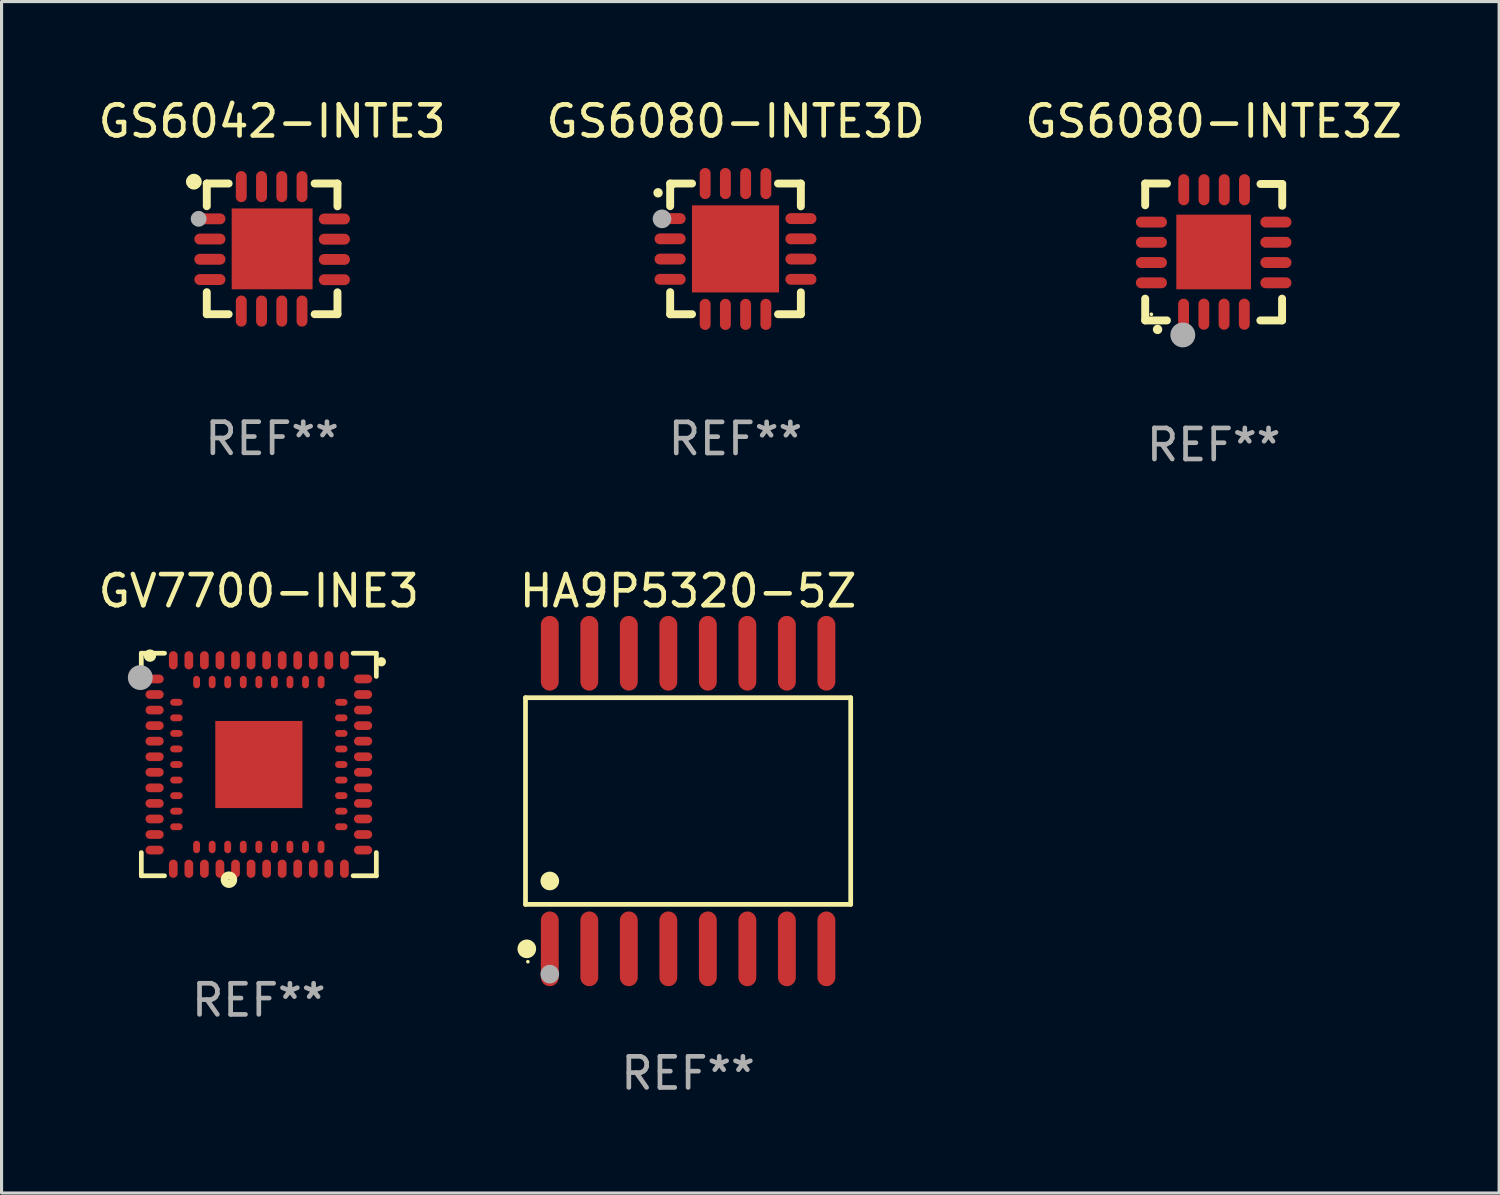
<source format=kicad_pcb>
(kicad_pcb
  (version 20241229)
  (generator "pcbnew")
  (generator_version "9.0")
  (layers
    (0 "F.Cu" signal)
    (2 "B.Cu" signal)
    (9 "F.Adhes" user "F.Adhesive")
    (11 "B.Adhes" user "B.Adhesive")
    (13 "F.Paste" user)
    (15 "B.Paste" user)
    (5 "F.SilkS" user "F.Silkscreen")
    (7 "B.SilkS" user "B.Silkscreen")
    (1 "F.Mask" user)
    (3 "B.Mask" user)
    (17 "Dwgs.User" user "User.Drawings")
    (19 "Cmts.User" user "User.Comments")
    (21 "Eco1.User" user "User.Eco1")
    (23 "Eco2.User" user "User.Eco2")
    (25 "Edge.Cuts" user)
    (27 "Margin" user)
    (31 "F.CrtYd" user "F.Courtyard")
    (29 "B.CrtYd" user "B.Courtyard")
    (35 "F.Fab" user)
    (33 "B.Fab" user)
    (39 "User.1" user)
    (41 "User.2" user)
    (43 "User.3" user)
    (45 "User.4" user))
  (footprint "GS6042-INTE3"
    (layer "F.Cu")
    (at 5.696 4.948)
    (property "Reference" "GS6042-INTE3" (at 0 -4.1 0) (layer "F.SilkS") (effects (font (size 1 1) (thickness 0.15))))
    (attr through_hole)
    (fp_line (start -2.1 -2.1) (end -2.1 -1.371) (stroke (width 0.254) (type solid)) (layer "F.SilkS"))
    (fp_line (start -2.1 -2.1) (end -1.397 -2.1) (stroke (width 0.254) (type solid)) (layer "F.SilkS"))
    (fp_line (start -2.1 1.392) (end -2.1 2.1) (stroke (width 0.254) (type solid)) (layer "F.SilkS"))
    (fp_line (start -2.1 2.1) (end -1.397 2.1) (stroke (width 0.254) (type solid)) (layer "F.SilkS"))
    (fp_line (start 1.366 -2.1) (end 2.1 -2.1) (stroke (width 0.254) (type solid)) (layer "F.SilkS"))
    (fp_line (start 1.366 2.1) (end 2.1 2.1) (stroke (width 0.254) (type solid)) (layer "F.SilkS"))
    (fp_line (start 2.1 -2.1) (end 2.1 -1.366) (stroke (width 0.254) (type solid)) (layer "F.SilkS"))
    (fp_line (start 2.1 1.397) (end 2.1 2.1) (stroke (width 0.254) (type solid)) (layer "F.SilkS"))
    (fp_circle (center -2.515 -2.159) (end -2.388 -2.159) (stroke (width 0.254) (type solid)) (fill no) (layer "F.SilkS"))
    (fp_circle (center -2.045 -1.97) (end -2.015 -1.97) (stroke (width 0.06) (type solid)) (fill no) (layer "F.SilkS"))
    (fp_circle (center -2.362 -0.965) (end -2.235 -0.965) (stroke (width 0.254) (type solid)) (fill no) (layer "F.Fab"))
    (fp_text user "REF**" (at 0 6.1 0) (layer "F.Fab") (effects (font (size 1 1) (thickness 0.15))))
    (pad "1" smd oval (at -2 -0.965 270) (size 0.35 1) (layers "F.Cu" "F.Mask" "F.Paste"))
    (pad "2" smd oval (at -2 -0.315 270) (size 0.35 1) (layers "F.Cu" "F.Mask" "F.Paste"))
    (pad "3" smd oval (at -2 0.335 270) (size 0.35 1) (layers "F.Cu" "F.Mask" "F.Paste"))
    (pad "4" smd oval (at -2 0.986 270) (size 0.35 1) (layers "F.Cu" "F.Mask" "F.Paste"))
    (pad "5" smd oval (at -0.991 2) (size 0.35 1) (layers "F.Cu" "F.Mask" "F.Paste"))
    (pad "6" smd oval (at -0.34 2) (size 0.35 1) (layers "F.Cu" "F.Mask" "F.Paste"))
    (pad "7" smd oval (at 0.31 2) (size 0.35 1) (layers "F.Cu" "F.Mask" "F.Paste"))
    (pad "8" smd oval (at 0.96 2) (size 0.35 1) (layers "F.Cu" "F.Mask" "F.Paste"))
    (pad "9" smd oval (at 2 0.991 270) (size 0.35 1) (layers "F.Cu" "F.Mask" "F.Paste"))
    (pad "10" smd oval (at 2 0.34 270) (size 0.35 1) (layers "F.Cu" "F.Mask" "F.Paste"))
    (pad "11" smd oval (at 2 -0.31 270) (size 0.35 1) (layers "F.Cu" "F.Mask" "F.Paste"))
    (pad "12" smd oval (at 2 -0.96 270) (size 0.35 1) (layers "F.Cu" "F.Mask" "F.Paste"))
    (pad "13" smd oval (at 0.96 -2) (size 0.35 1) (layers "F.Cu" "F.Mask" "F.Paste"))
    (pad "14" smd oval (at 0.31 -2) (size 0.35 1) (layers "F.Cu" "F.Mask" "F.Paste"))
    (pad "15" smd oval (at -0.34 -2) (size 0.35 1) (layers "F.Cu" "F.Mask" "F.Paste"))
    (pad "16" smd oval (at -0.991 -2) (size 0.35 1) (layers "F.Cu" "F.Mask" "F.Paste"))
    (pad "17" smd rect (at 0.000051 0) (size 2.6 2.6) (layers "F.Cu" "F.Mask" "F.Paste")))
  (footprint "GV7700-INE3"
    (layer "F.Cu")
    (at 5.268 21.521)
    (property "Reference" "GV7700-INE3" (at 0 -5.576 0) (layer "F.SilkS") (effects (font (size 1 1) (thickness 0.15))))
    (attr through_hole)
    (fp_line (start -3.777 -3.576) (end -3.777 -2.829) (stroke (width 0.152) (type solid)) (layer "F.SilkS"))
    (fp_line (start -3.776 3.576) (end -3.776 2.831) (stroke (width 0.152) (type solid)) (layer "F.SilkS"))
    (fp_line (start -3.03 -3.576) (end -3.777 -3.576) (stroke (width 0.152) (type solid)) (layer "F.SilkS"))
    (fp_line (start -3.03 3.576) (end -3.776 3.576) (stroke (width 0.152) (type solid)) (layer "F.SilkS"))
    (fp_line (start 3.031 -3.576) (end 3.777 -3.576) (stroke (width 0.152) (type solid)) (layer "F.SilkS"))
    (fp_line (start 3.031 3.576) (end 3.777 3.576) (stroke (width 0.152) (type solid)) (layer "F.SilkS"))
    (fp_line (start 3.777 -3.576) (end 3.777 -2.831) (stroke (width 0.152) (type solid)) (layer "F.SilkS"))
    (fp_line (start 3.777 3.576) (end 3.777 2.831) (stroke (width 0.152) (type solid)) (layer "F.SilkS"))
    (fp_circle (center -3.499 -3.5) (end -3.399 -3.5) (stroke (width 0.2) (type solid)) (fill no) (layer "F.SilkS"))
    (fp_circle (center -0.96 3.702) (end -0.822 3.702) (stroke (width 0.254) (type solid)) (fill no) (layer "F.SilkS"))
    (fp_circle (center 3.938 -3.302) (end 4.013 -3.302) (stroke (width 0.15) (type solid)) (fill no) (layer "F.SilkS"))
    (fp_circle (center -3.809 -2.794) (end -3.609 -2.794) (stroke (width 0.4) (type solid)) (fill no) (layer "F.Fab"))
    (fp_text user "REF**" (at 0 7.576 0) (layer "F.Fab") (effects (font (size 1 1) (thickness 0.15))))
    (pad "84" smd rect (at 0.001 -0.000025) (size 2.8 2.8) (layers "F.Cu" "F.Mask" "F.Paste"))
    (pad "A1" smd oval (at -3.349 -2.75) (size 0.585 0.28) (layers "F.Cu" "F.Mask" "F.Paste"))
    (pad "A2" smd oval (at -3.349 -2.25) (size 0.585 0.28) (layers "F.Cu" "F.Mask" "F.Paste"))
    (pad "A3" smd oval (at -3.349 -1.75) (size 0.585 0.28) (layers "F.Cu" "F.Mask" "F.Paste"))
    (pad "A4" smd oval (at -3.349 -1.25) (size 0.585 0.28) (layers "F.Cu" "F.Mask" "F.Paste"))
    (pad "A5" smd oval (at -3.349 -0.75) (size 0.585 0.28) (layers "F.Cu" "F.Mask" "F.Paste"))
    (pad "A6" smd oval (at -3.349 -0.25) (size 0.585 0.28) (layers "F.Cu" "F.Mask" "F.Paste"))
    (pad "A7" smd oval (at -3.349 0.25) (size 0.585 0.28) (layers "F.Cu" "F.Mask" "F.Paste"))
    (pad "A8" smd oval (at -3.349 0.75) (size 0.585 0.28) (layers "F.Cu" "F.Mask" "F.Paste"))
    (pad "A9" smd oval (at -3.349 1.25) (size 0.585 0.28) (layers "F.Cu" "F.Mask" "F.Paste"))
    (pad "A10" smd oval (at -3.349 1.75) (size 0.585 0.28) (layers "F.Cu" "F.Mask" "F.Paste"))
    (pad "A11" smd oval (at -3.349 2.25) (size 0.585 0.28) (layers "F.Cu" "F.Mask" "F.Paste"))
    (pad "A12" smd oval (at -3.349 2.75) (size 0.585 0.28) (layers "F.Cu" "F.Mask" "F.Paste"))
    (pad "A13" smd oval (at -2.749 3.35) (size 0.28 0.585) (layers "F.Cu" "F.Mask" "F.Paste"))
    (pad "A14" smd oval (at -2.249 3.35) (size 0.28 0.585) (layers "F.Cu" "F.Mask" "F.Paste"))
    (pad "A15" smd oval (at -1.749 3.35) (size 0.28 0.585) (layers "F.Cu" "F.Mask" "F.Paste"))
    (pad "A16" smd oval (at -1.249 3.35) (size 0.28 0.585) (layers "F.Cu" "F.Mask" "F.Paste"))
    (pad "A17" smd oval (at -0.749 3.35) (size 0.28 0.585) (layers "F.Cu" "F.Mask" "F.Paste"))
    (pad "A18" smd oval (at -0.249 3.35) (size 0.28 0.585) (layers "F.Cu" "F.Mask" "F.Paste"))
    (pad "A19" smd oval (at 0.251 3.35) (size 0.28 0.585) (layers "F.Cu" "F.Mask" "F.Paste"))
    (pad "A20" smd oval (at 0.751 3.35) (size 0.28 0.585) (layers "F.Cu" "F.Mask" "F.Paste"))
    (pad "A21" smd oval (at 1.251 3.35) (size 0.28 0.585) (layers "F.Cu" "F.Mask" "F.Paste"))
    (pad "A22" smd oval (at 1.751 3.35) (size 0.28 0.585) (layers "F.Cu" "F.Mask" "F.Paste"))
    (pad "A23" smd oval (at 2.25 3.35) (size 0.28 0.585) (layers "F.Cu" "F.Mask" "F.Paste"))
    (pad "A24" smd oval (at 2.751 3.35) (size 0.28 0.585) (layers "F.Cu" "F.Mask" "F.Paste"))
    (pad "A25" smd oval (at 3.351 2.75) (size 0.585 0.28) (layers "F.Cu" "F.Mask" "F.Paste"))
    (pad "A26" smd oval (at 3.351 2.25) (size 0.585 0.28) (layers "F.Cu" "F.Mask" "F.Paste"))
    (pad "A27" smd oval (at 3.351 1.75) (size 0.585 0.28) (layers "F.Cu" "F.Mask" "F.Paste"))
    (pad "A28" smd oval (at 3.351 1.25) (size 0.585 0.28) (layers "F.Cu" "F.Mask" "F.Paste"))
    (pad "A29" smd oval (at 3.351 0.75) (size 0.585 0.28) (layers "F.Cu" "F.Mask" "F.Paste"))
    (pad "A30" smd oval (at 3.351 0.25) (size 0.585 0.28) (layers "F.Cu" "F.Mask" "F.Paste"))
    (pad "A31" smd oval (at 3.351 -0.25) (size 0.585 0.28) (layers "F.Cu" "F.Mask" "F.Paste"))
    (pad "A32" smd oval (at 3.351 -0.75) (size 0.585 0.28) (layers "F.Cu" "F.Mask" "F.Paste"))
    (pad "A33" smd oval (at 3.351 -1.25) (size 0.585 0.28) (layers "F.Cu" "F.Mask" "F.Paste"))
    (pad "A34" smd oval (at 3.351 -1.75) (size 0.585 0.28) (layers "F.Cu" "F.Mask" "F.Paste"))
    (pad "A35" smd oval (at 3.351 -2.25) (size 0.585 0.28) (layers "F.Cu" "F.Mask" "F.Paste"))
    (pad "A36" smd oval (at 3.351 -2.75) (size 0.585 0.28) (layers "F.Cu" "F.Mask" "F.Paste"))
    (pad "A37" smd oval (at 2.751 -3.35) (size 0.28 0.585) (layers "F.Cu" "F.Mask" "F.Paste"))
    (pad "A38" smd oval (at 2.25 -3.35) (size 0.28 0.585) (layers "F.Cu" "F.Mask" "F.Paste"))
    (pad "A39" smd oval (at 1.751 -3.35) (size 0.28 0.585) (layers "F.Cu" "F.Mask" "F.Paste"))
    (pad "A40" smd oval (at 1.251 -3.35) (size 0.28 0.585) (layers "F.Cu" "F.Mask" "F.Paste"))
    (pad "A41" smd oval (at 0.751 -3.35) (size 0.28 0.585) (layers "F.Cu" "F.Mask" "F.Paste"))
    (pad "A42" smd oval (at 0.251 -3.35) (size 0.28 0.585) (layers "F.Cu" "F.Mask" "F.Paste"))
    (pad "A43" smd oval (at -0.249 -3.35) (size 0.28 0.585) (layers "F.Cu" "F.Mask" "F.Paste"))
    (pad "A44" smd oval (at -0.749 -3.35) (size 0.28 0.585) (layers "F.Cu" "F.Mask" "F.Paste"))
    (pad "A45" smd oval (at -1.249 -3.35) (size 0.28 0.585) (layers "F.Cu" "F.Mask" "F.Paste"))
    (pad "A46" smd oval (at -1.749 -3.35) (size 0.28 0.585) (layers "F.Cu" "F.Mask" "F.Paste"))
    (pad "A47" smd oval (at -2.249 -3.35) (size 0.28 0.585) (layers "F.Cu" "F.Mask" "F.Paste"))
    (pad "A48" smd oval (at -2.749 -3.35) (size 0.28 0.585) (layers "F.Cu" "F.Mask" "F.Paste"))
    (pad "B1" smd oval (at -2.649 -2) (size 0.4 0.22) (layers "F.Cu" "F.Mask" "F.Paste"))
    (pad "B2" smd oval (at -2.649 -1.5) (size 0.4 0.22) (layers "F.Cu" "F.Mask" "F.Paste"))
    (pad "B3" smd oval (at -2.649 -1) (size 0.4 0.22) (layers "F.Cu" "F.Mask" "F.Paste"))
    (pad "B4" smd oval (at -2.649 -0.5) (size 0.4 0.22) (layers "F.Cu" "F.Mask" "F.Paste"))
    (pad "B5" smd oval (at -2.649 -0.000025) (size 0.4 0.22) (layers "F.Cu" "F.Mask" "F.Paste"))
    (pad "B6" smd oval (at -2.649 0.5) (size 0.4 0.22) (layers "F.Cu" "F.Mask" "F.Paste"))
    (pad "B7" smd oval (at -2.649 1) (size 0.4 0.22) (layers "F.Cu" "F.Mask" "F.Paste"))
    (pad "B8" smd oval (at -2.649 1.5) (size 0.4 0.22) (layers "F.Cu" "F.Mask" "F.Paste"))
    (pad "B9" smd oval (at -2.649 2) (size 0.4 0.22) (layers "F.Cu" "F.Mask" "F.Paste"))
    (pad "B10" smd oval (at -2 2.65) (size 0.22 0.4) (layers "F.Cu" "F.Mask" "F.Paste"))
    (pad "B11" smd oval (at -1.499 2.65) (size 0.22 0.4) (layers "F.Cu" "F.Mask" "F.Paste"))
    (pad "B12" smd oval (at -1 2.65) (size 0.22 0.4) (layers "F.Cu" "F.Mask" "F.Paste"))
    (pad "B13" smd oval (at -0.499 2.65) (size 0.22 0.4) (layers "F.Cu" "F.Mask" "F.Paste"))
    (pad "B14" smd oval (at 0.000483 2.65) (size 0.22 0.4) (layers "F.Cu" "F.Mask" "F.Paste"))
    (pad "B15" smd oval (at 0.501 2.65) (size 0.22 0.4) (layers "F.Cu" "F.Mask" "F.Paste"))
    (pad "B16" smd oval (at 1 2.65) (size 0.22 0.4) (layers "F.Cu" "F.Mask" "F.Paste"))
    (pad "B17" smd oval (at 1.501 2.65) (size 0.22 0.4) (layers "F.Cu" "F.Mask" "F.Paste"))
    (pad "B18" smd oval (at 2 2.65) (size 0.22 0.4) (layers "F.Cu" "F.Mask" "F.Paste"))
    (pad "B19" smd oval (at 2.651 2) (size 0.4 0.22) (layers "F.Cu" "F.Mask" "F.Paste"))
    (pad "B20" smd oval (at 2.651 1.5) (size 0.4 0.22) (layers "F.Cu" "F.Mask" "F.Paste"))
    (pad "B21" smd oval (at 2.651 1) (size 0.4 0.22) (layers "F.Cu" "F.Mask" "F.Paste"))
    (pad "B22" smd oval (at 2.651 0.5) (size 0.4 0.22) (layers "F.Cu" "F.Mask" "F.Paste"))
    (pad "B23" smd oval (at 2.651 -0.000025) (size 0.4 0.22) (layers "F.Cu" "F.Mask" "F.Paste"))
    (pad "B24" smd oval (at 2.651 -0.5) (size 0.4 0.22) (layers "F.Cu" "F.Mask" "F.Paste"))
    (pad "B25" smd oval (at 2.651 -1) (size 0.4 0.22) (layers "F.Cu" "F.Mask" "F.Paste"))
    (pad "B26" smd oval (at 2.651 -1.5) (size 0.4 0.22) (layers "F.Cu" "F.Mask" "F.Paste"))
    (pad "B27" smd oval (at 2.651 -2) (size 0.4 0.22) (layers "F.Cu" "F.Mask" "F.Paste"))
    (pad "B28" smd oval (at 2.001 -2.65) (size 0.22 0.4) (layers "F.Cu" "F.Mask" "F.Paste"))
    (pad "B29" smd oval (at 1.501 -2.65) (size 0.22 0.4) (layers "F.Cu" "F.Mask" "F.Paste"))
    (pad "B30" smd oval (at 1.001 -2.65) (size 0.22 0.4) (layers "F.Cu" "F.Mask" "F.Paste"))
    (pad "B31" smd oval (at 0.501 -2.65) (size 0.22 0.4) (layers "F.Cu" "F.Mask" "F.Paste"))
    (pad "B32" smd oval (at 0.001 -2.65) (size 0.22 0.4) (layers "F.Cu" "F.Mask" "F.Paste"))
    (pad "B33" smd oval (at -0.499 -2.65) (size 0.22 0.4) (layers "F.Cu" "F.Mask" "F.Paste"))
    (pad "B34" smd oval (at -0.999 -2.65) (size 0.22 0.4) (layers "F.Cu" "F.Mask" "F.Paste"))
    (pad "B35" smd oval (at -1.499 -2.65) (size 0.22 0.4) (layers "F.Cu" "F.Mask" "F.Paste"))
    (pad "B36" smd oval (at -1.999 -2.65) (size 0.22 0.4) (layers "F.Cu" "F.Mask" "F.Paste")))
  (footprint "HA9P5320-5Z"
    (layer "F.Cu")
    (at 19.065 22.695)
    (property "Reference" "HA9P5320-5Z" (at 0 -6.75 0) (layer "F.SilkS") (effects (font (size 1 1) (thickness 0.15))))
    (attr through_hole)
    (fp_line (start -5.226 -3.321) (end 5.226 -3.321) (stroke (width 0.152) (type solid)) (layer "F.SilkS"))
    (fp_line (start -5.226 3.321) (end -5.226 -3.321) (stroke (width 0.152) (type solid)) (layer "F.SilkS"))
    (fp_line (start 5.226 -3.321) (end 5.226 3.321) (stroke (width 0.152) (type solid)) (layer "F.SilkS"))
    (fp_line (start 5.226 3.321) (end -5.226 3.321) (stroke (width 0.152) (type solid)) (layer "F.SilkS"))
    (fp_circle (center -5.184 4.75) (end -5.034 4.75) (stroke (width 0.3) (type solid)) (fill no) (layer "F.SilkS"))
    (fp_circle (center -5.15 5.163) (end -5.12 5.163) (stroke (width 0.06) (type solid)) (fill no) (layer "F.SilkS"))
    (fp_circle (center -4.445 2.569) (end -4.295 2.569) (stroke (width 0.3) (type solid)) (fill no) (layer "F.SilkS"))
    (fp_circle (center -4.445 5.563) (end -4.295 5.563) (stroke (width 0.3) (type solid)) (fill no) (layer "F.Fab"))
    (fp_text user "REF**" (at 0 8.75 0) (layer "F.Fab") (effects (font (size 1 1) (thickness 0.15))))
    (pad "1" smd oval (at -4.445 4.75) (size 0.574 2.401) (layers "F.Cu" "F.Mask" "F.Paste"))
    (pad "2" smd oval (at -3.175 4.75) (size 0.574 2.401) (layers "F.Cu" "F.Mask" "F.Paste"))
    (pad "3" smd oval (at -1.905 4.75) (size 0.574 2.401) (layers "F.Cu" "F.Mask" "F.Paste"))
    (pad "4" smd oval (at -0.635 4.75) (size 0.574 2.401) (layers "F.Cu" "F.Mask" "F.Paste"))
    (pad "5" smd oval (at 0.635 4.75) (size 0.574 2.401) (layers "F.Cu" "F.Mask" "F.Paste"))
    (pad "6" smd oval (at 1.905 4.75) (size 0.574 2.401) (layers "F.Cu" "F.Mask" "F.Paste"))
    (pad "7" smd oval (at 3.175 4.75) (size 0.574 2.401) (layers "F.Cu" "F.Mask" "F.Paste"))
    (pad "8" smd oval (at 4.445 4.75) (size 0.574 2.401) (layers "F.Cu" "F.Mask" "F.Paste"))
    (pad "9" smd oval (at 4.445 -4.75) (size 0.574 2.401) (layers "F.Cu" "F.Mask" "F.Paste"))
    (pad "10" smd oval (at 3.175 -4.75) (size 0.574 2.401) (layers "F.Cu" "F.Mask" "F.Paste"))
    (pad "11" smd oval (at 1.905 -4.75) (size 0.574 2.401) (layers "F.Cu" "F.Mask" "F.Paste"))
    (pad "12" smd oval (at 0.635 -4.75) (size 0.574 2.401) (layers "F.Cu" "F.Mask" "F.Paste"))
    (pad "13" smd oval (at -0.635 -4.75) (size 0.574 2.401) (layers "F.Cu" "F.Mask" "F.Paste"))
    (pad "14" smd oval (at -1.905 -4.75) (size 0.574 2.401) (layers "F.Cu" "F.Mask" "F.Paste"))
    (pad "15" smd oval (at -3.175 -4.75) (size 0.574 2.401) (layers "F.Cu" "F.Mask" "F.Paste"))
    (pad "16" smd oval (at -4.445 -4.75) (size 0.574 2.401) (layers "F.Cu" "F.Mask" "F.Paste")))
  (footprint "GS6080-INTE3D"
    (layer "F.Cu")
    (at 20.589 4.951)
    (property "Reference" "GS6080-INTE3D" (at 0 -4.103 0) (layer "F.SilkS") (effects (font (size 1 1) (thickness 0.15))))
    (attr through_hole)
    (fp_line (start -2.1 -2.102) (end -2.1 -1.374) (stroke (width 0.254) (type solid)) (layer "F.SilkS"))
    (fp_line (start -2.1 -2.102) (end -1.397 -2.102) (stroke (width 0.254) (type solid)) (layer "F.SilkS"))
    (fp_line (start -2.1 1.389) (end -2.1 2.098) (stroke (width 0.254) (type solid)) (layer "F.SilkS"))
    (fp_line (start -2.1 2.098) (end -1.397 2.098) (stroke (width 0.254) (type solid)) (layer "F.SilkS"))
    (fp_line (start 1.366 -2.102) (end 2.1 -2.102) (stroke (width 0.254) (type solid)) (layer "F.SilkS"))
    (fp_line (start 1.366 2.098) (end 2.1 2.098) (stroke (width 0.254) (type solid)) (layer "F.SilkS"))
    (fp_line (start 2.1 -2.102) (end 2.1 -1.369) (stroke (width 0.254) (type solid)) (layer "F.SilkS"))
    (fp_line (start 2.1 1.394) (end 2.1 2.098) (stroke (width 0.254) (type solid)) (layer "F.SilkS"))
    (fp_arc (start -2.489332 -1.803277) (mid -2.489337 -1.804547) (end -2.489332 -1.805817) (stroke (width 0.3) (type solid)) (layer "F.SilkS"))
    (fp_circle (center -2 -2.002) (end -1.97 -2.002) (stroke (width 0.06) (type solid)) (fill no) (layer "F.SilkS"))
    (fp_circle (center -2.362 -0.967) (end -2.212 -0.967) (stroke (width 0.3) (type solid)) (fill no) (layer "F.Fab"))
    (fp_text user "REF**" (at 0 6.103 0) (layer "F.Fab") (effects (font (size 1 1) (thickness 0.15))))
    (pad "1" smd oval (at -2.102 -0.975) (size 1 0.35) (layers "F.Cu" "F.Mask" "F.Paste"))
    (pad "2" smd oval (at -2.102 -0.325) (size 1 0.35) (layers "F.Cu" "F.Mask" "F.Paste"))
    (pad "3" smd oval (at -2.102 0.325) (size 1 0.35) (layers "F.Cu" "F.Mask" "F.Paste"))
    (pad "4" smd oval (at -2.102 0.975) (size 1 0.35) (layers "F.Cu" "F.Mask" "F.Paste"))
    (pad "5" smd oval (at -0.975 2.103) (size 0.35 1) (layers "F.Cu" "F.Mask" "F.Paste"))
    (pad "6" smd oval (at -0.325 2.103) (size 0.35 1) (layers "F.Cu" "F.Mask" "F.Paste"))
    (pad "7" smd oval (at 0.325 2.103) (size 0.35 1) (layers "F.Cu" "F.Mask" "F.Paste"))
    (pad "8" smd oval (at 0.975 2.103) (size 0.35 1) (layers "F.Cu" "F.Mask" "F.Paste"))
    (pad "9" smd oval (at 2.102 0.975) (size 1 0.35) (layers "F.Cu" "F.Mask" "F.Paste"))
    (pad "10" smd oval (at 2.102 0.325) (size 1 0.35) (layers "F.Cu" "F.Mask" "F.Paste"))
    (pad "11" smd oval (at 2.102 -0.325) (size 1 0.35) (layers "F.Cu" "F.Mask" "F.Paste"))
    (pad "12" smd oval (at 2.102 -0.975) (size 1 0.35) (layers "F.Cu" "F.Mask" "F.Paste"))
    (pad "13" smd oval (at 0.975 -2.103) (size 0.35 1) (layers "F.Cu" "F.Mask" "F.Paste"))
    (pad "14" smd oval (at 0.325 -2.103) (size 0.35 1) (layers "F.Cu" "F.Mask" "F.Paste"))
    (pad "15" smd oval (at -0.325 -2.103) (size 0.35 1) (layers "F.Cu" "F.Mask" "F.Paste"))
    (pad "16" smd oval (at -0.975 -2.103) (size 0.35 1) (layers "F.Cu" "F.Mask" "F.Paste"))
    (pad "17" smd rect (at 0 -0.002 270) (size 2.8 2.8) (layers "F.Cu" "F.Mask" "F.Paste")))
  (footprint "GS6080-INTE3Z"
    (layer "F.Cu")
    (at 35.958 5.048)
    (property "Reference" "GS6080-INTE3Z" (at 0 -4.2 0) (layer "F.SilkS") (effects (font (size 1 1) (thickness 0.15))))
    (attr through_hole)
    (fp_line (start -2.202 -2.2) (end -2.202 -1.5) (stroke (width 0.254) (type solid)) (layer "F.SilkS"))
    (fp_line (start -2.202 2.2) (end -2.202 1.5) (stroke (width 0.254) (type solid)) (layer "F.SilkS"))
    (fp_line (start -1.503 -2.2) (end -2.202 -2.2) (stroke (width 0.254) (type solid)) (layer "F.SilkS"))
    (fp_line (start -1.503 2.2) (end -2.202 2.2) (stroke (width 0.254) (type solid)) (layer "F.SilkS"))
    (fp_line (start 1.498 2.2) (end 2.197 2.2) (stroke (width 0.254) (type solid)) (layer "F.SilkS"))
    (fp_line (start 2.197 2.2) (end 2.197 1.5) (stroke (width 0.254) (type solid)) (layer "F.SilkS"))
    (fp_line (start 2.202 -2.185) (end 1.503 -2.185) (stroke (width 0.254) (type solid)) (layer "F.SilkS"))
    (fp_line (start 2.202 -1.485) (end 2.202 -2.185) (stroke (width 0.254) (type solid)) (layer "F.SilkS"))
    (fp_arc (start -1.805944 2.489205) (mid -1.804674 2.4892) (end -1.803404 2.489205) (stroke (width 0.3) (type solid)) (layer "F.SilkS"))
    (fp_circle (center -2.004 2.002) (end -1.974 2.002) (stroke (width 0.06) (type solid)) (fill no) (layer "F.SilkS"))
    (fp_circle (center -0.993 2.667) (end -0.793 2.667) (stroke (width 0.4) (type solid)) (fill no) (layer "F.Fab"))
    (fp_text user "REF**" (at 0 6.2 0) (layer "F.Fab") (effects (font (size 1 1) (thickness 0.15))))
    (pad "1" smd oval (at -0.968 2) (size 0.35 1) (layers "F.Cu" "F.Mask" "F.Paste"))
    (pad "2" smd oval (at -0.317 2) (size 0.35 1) (layers "F.Cu" "F.Mask" "F.Paste"))
    (pad "3" smd oval (at 0.333 2) (size 0.35 1) (layers "F.Cu" "F.Mask" "F.Paste"))
    (pad "4" smd oval (at 0.983 2) (size 0.35 1) (layers "F.Cu" "F.Mask" "F.Paste"))
    (pad "5" smd oval (at 1.998 0.991 90) (size 0.35 1) (layers "F.Cu" "F.Mask" "F.Paste"))
    (pad "6" smd oval (at 1.998 0.34 90) (size 0.35 1) (layers "F.Cu" "F.Mask" "F.Paste"))
    (pad "7" smd oval (at 1.998 -0.31 90) (size 0.35 1) (layers "F.Cu" "F.Mask" "F.Paste"))
    (pad "8" smd oval (at 1.998 -0.96 90) (size 0.35 1) (layers "F.Cu" "F.Mask" "F.Paste"))
    (pad "9" smd oval (at 0.988 -2) (size 0.35 1) (layers "F.Cu" "F.Mask" "F.Paste"))
    (pad "10" smd oval (at 0.338 -2) (size 0.35 1) (layers "F.Cu" "F.Mask" "F.Paste"))
    (pad "11" smd oval (at -0.312 -2) (size 0.35 1) (layers "F.Cu" "F.Mask" "F.Paste"))
    (pad "12" smd oval (at -0.963 -2) (size 0.35 1) (layers "F.Cu" "F.Mask" "F.Paste"))
    (pad "13" smd oval (at -2.002 -0.96 90) (size 0.35 1) (layers "F.Cu" "F.Mask" "F.Paste"))
    (pad "14" smd oval (at -2.002 -0.31 90) (size 0.35 1) (layers "F.Cu" "F.Mask" "F.Paste"))
    (pad "15" smd oval (at -2.002 0.34 90) (size 0.35 1) (layers "F.Cu" "F.Mask" "F.Paste"))
    (pad "16" smd oval (at -2.002 0.991 90) (size 0.35 1) (layers "F.Cu" "F.Mask" "F.Paste"))
    (pad "17" smd rect (at -0.002 0.000127 90) (size 2.4 2.4) (layers "F.Cu" "F.Mask" "F.Paste")))
  (gr_rect
    (start -3 -3)
    (end 45.131 35.293)
    (stroke (width 0.1) (type default))
    (fill no)
    (layer "Edge.Cuts")))
</source>
